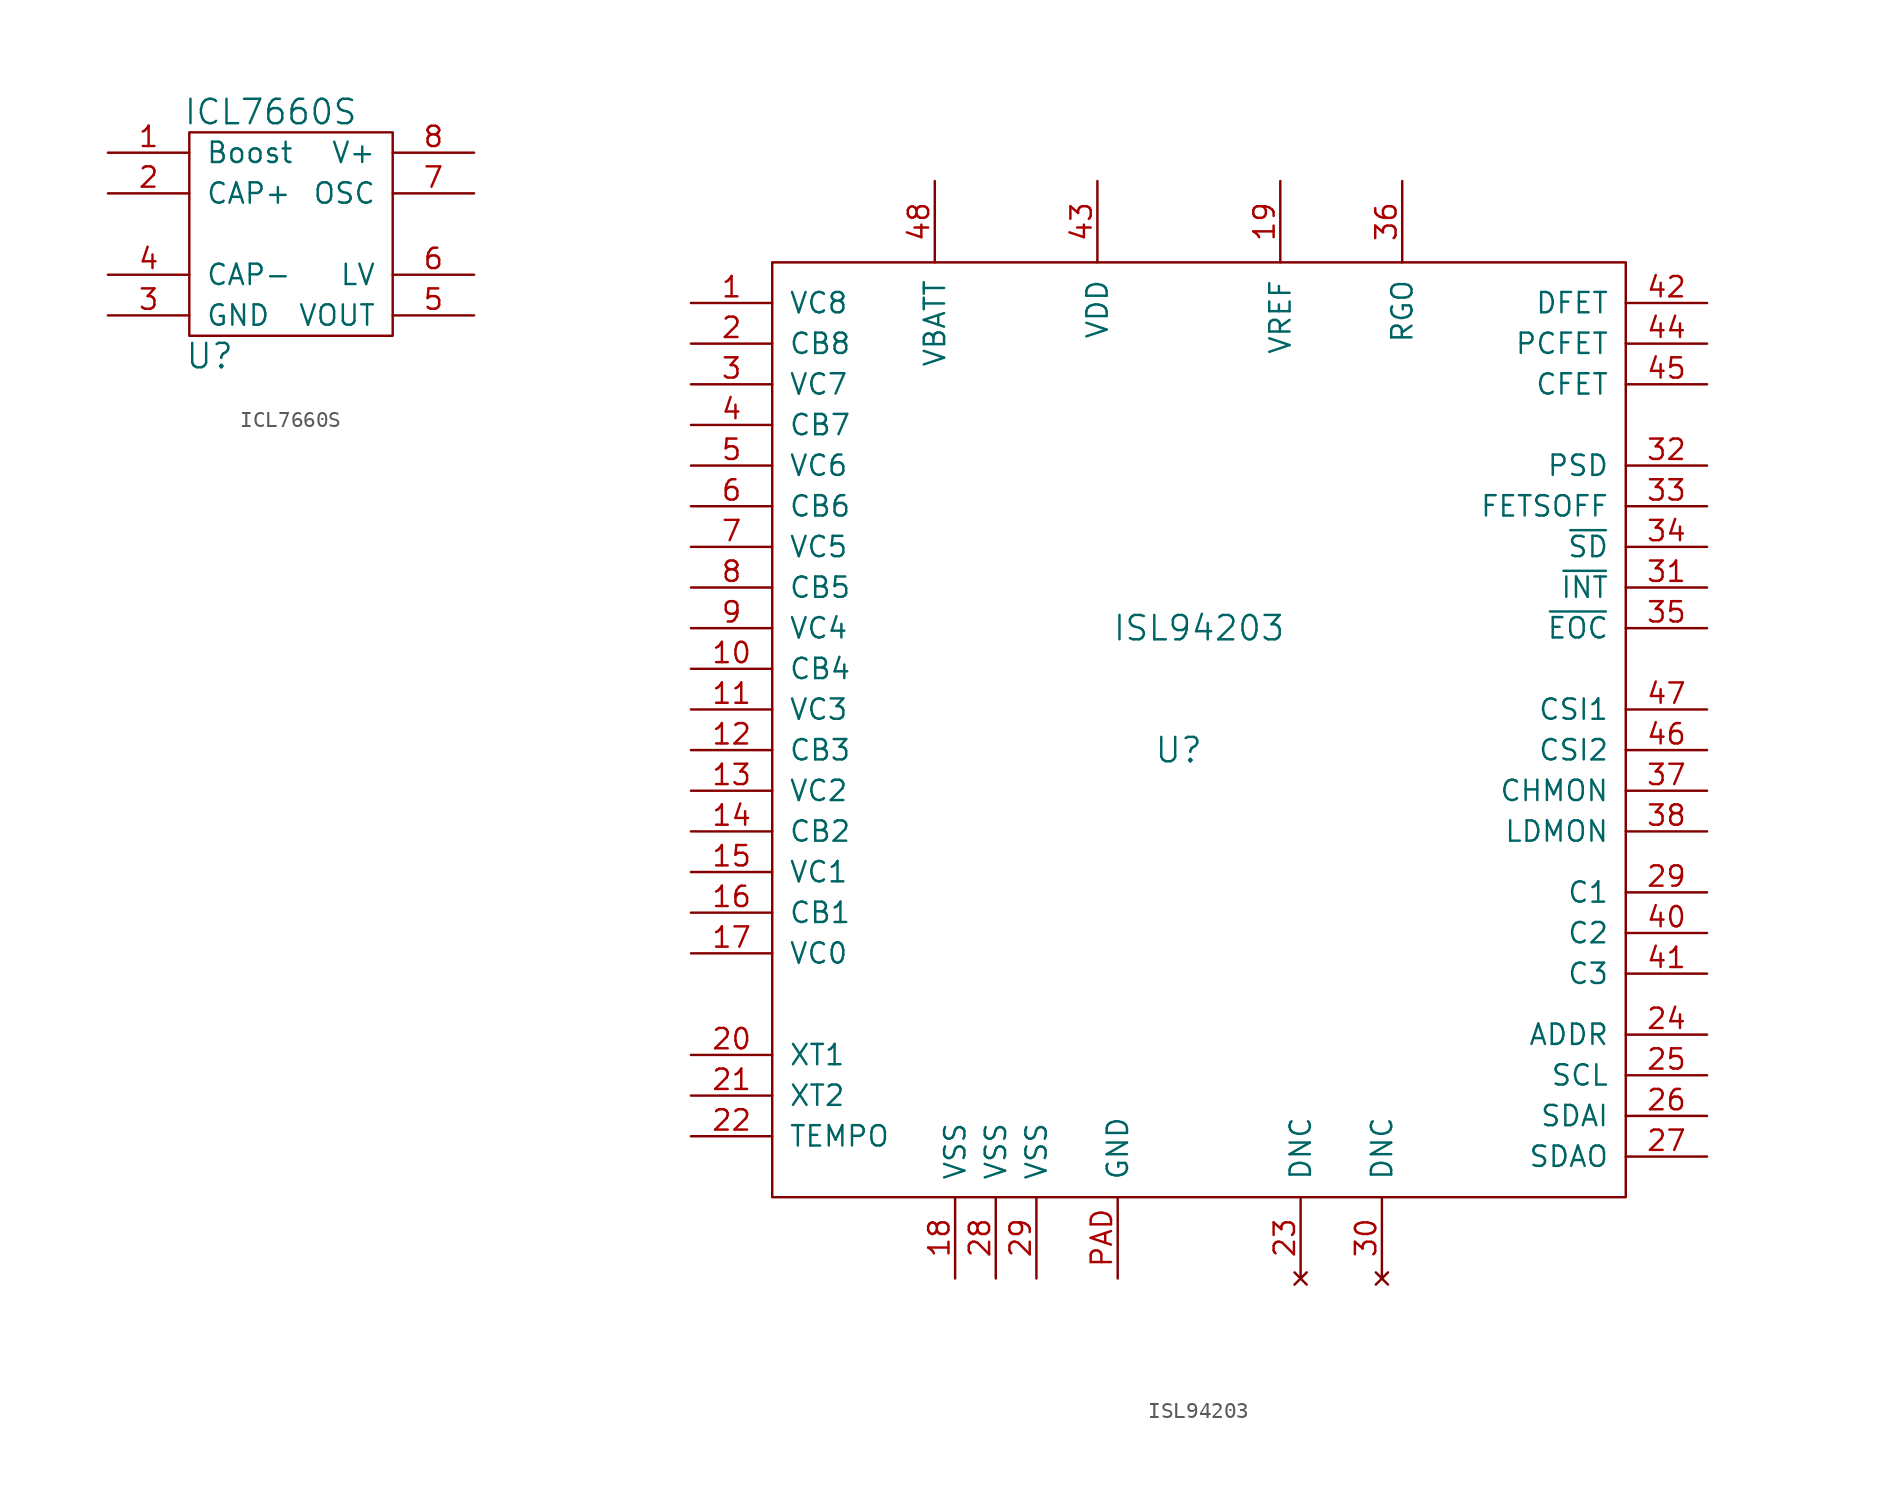
<source format=kicad_sym>
(kicad_symbol_lib
  (version 20241209)
  (generator "kicad_symbol_editor")
  (generator_version "9.0")
  (symbol "ICL7660S"
    (pin_names
      (offset 1.016))
    (property "Reference" "U"
      (at -5.08 -7.62 0)
      (effects (font (size 1.524 1.524))))
    (property "Value" "ICL7660S"
      (at -1.27 7.62 0)
      (effects (font (size 1.524 1.524))))
    (symbol "ICL7660S_0_1"
      (rectangle (start -6.35 6.35) (end 6.35 -6.35) (stroke (width 0) (type solid)) (fill (type none))))
    (symbol "ICL7660S_1_1"
      (pin input line (at -11.43 5.08 0) (length 5.08) (name "Boost" (effects (font (size 1.27 1.27)))) (number "1" (effects (font (size 1.27 1.27)))))
      (pin input line (at -11.43 2.54 0) (length 5.08) (name "CAP+" (effects (font (size 1.27 1.27)))) (number "2" (effects (font (size 1.27 1.27)))))
      (pin input line (at -11.43 -2.54 0) (length 5.08) (name "CAP-" (effects (font (size 1.27 1.27)))) (number "4" (effects (font (size 1.27 1.27)))))
      (pin power_in line (at -11.43 -5.08 0) (length 5.08) (name "GND" (effects (font (size 1.27 1.27)))) (number "3" (effects (font (size 1.27 1.27)))))
      (pin power_in line (at 11.43 5.08 180) (length 5.08) (name "V+" (effects (font (size 1.27 1.27)))) (number "8" (effects (font (size 1.27 1.27)))))
      (pin input line (at 11.43 2.54 180) (length 5.08) (name "OSC" (effects (font (size 1.27 1.27)))) (number "7" (effects (font (size 1.27 1.27)))))
      (pin input line (at 11.43 -2.54 180) (length 5.08) (name "LV" (effects (font (size 1.27 1.27)))) (number "6" (effects (font (size 1.27 1.27)))))
      (pin power_out line (at 11.43 -5.08 180) (length 5.08) (name "VOUT" (effects (font (size 1.27 1.27)))) (number "5" (effects (font (size 1.27 1.27)))))))
  (symbol "ISL94203"
    (pin_names
      (offset 1.016))
    (property "Reference" "U"
      (at -2.54 -2.54 0)
      (effects (font (size 1.524 1.524))))
    (property "Value" "ISL94203"
      (at -1.27 5.08 0)
      (effects (font (size 1.524 1.524))))
    (symbol "ISL94203_0_1"
      (rectangle (start -27.94 27.94) (end 25.4 -30.48) (stroke (width 0) (type solid)) (fill (type none))))
    (symbol "ISL94203_1_1"
      (pin input line (at -33.02 25.4 0) (length 5.08) (name "VC8" (effects (font (size 1.27 1.27)))) (number "1" (effects (font (size 1.27 1.27)))))
      (pin output line (at -33.02 22.86 0) (length 5.08) (name "CB8" (effects (font (size 1.27 1.27)))) (number "2" (effects (font (size 1.27 1.27)))))
      (pin input line (at -33.02 20.32 0) (length 5.08) (name "VC7" (effects (font (size 1.27 1.27)))) (number "3" (effects (font (size 1.27 1.27)))))
      (pin output line (at -33.02 17.78 0) (length 5.08) (name "CB7" (effects (font (size 1.27 1.27)))) (number "4" (effects (font (size 1.27 1.27)))))
      (pin input line (at -33.02 15.24 0) (length 5.08) (name "VC6" (effects (font (size 1.27 1.27)))) (number "5" (effects (font (size 1.27 1.27)))))
      (pin output line (at -33.02 12.7 0) (length 5.08) (name "CB6" (effects (font (size 1.27 1.27)))) (number "6" (effects (font (size 1.27 1.27)))))
      (pin input line (at -33.02 10.16 0) (length 5.08) (name "VC5" (effects (font (size 1.27 1.27)))) (number "7" (effects (font (size 1.27 1.27)))))
      (pin output line (at -33.02 7.62 0) (length 5.08) (name "CB5" (effects (font (size 1.27 1.27)))) (number "8" (effects (font (size 1.27 1.27)))))
      (pin input line (at -33.02 5.08 0) (length 5.08) (name "VC4" (effects (font (size 1.27 1.27)))) (number "9" (effects (font (size 1.27 1.27)))))
      (pin output line (at -33.02 2.54 0) (length 5.08) (name "CB4" (effects (font (size 1.27 1.27)))) (number "10" (effects (font (size 1.27 1.27)))))
      (pin input line (at -33.02 0 0) (length 5.08) (name "VC3" (effects (font (size 1.27 1.27)))) (number "11" (effects (font (size 1.27 1.27)))))
      (pin output line (at -33.02 -2.54 0) (length 5.08) (name "CB3" (effects (font (size 1.27 1.27)))) (number "12" (effects (font (size 1.27 1.27)))))
      (pin input line (at -33.02 -5.08 0) (length 5.08) (name "VC2" (effects (font (size 1.27 1.27)))) (number "13" (effects (font (size 1.27 1.27)))))
      (pin output line (at -33.02 -7.62 0) (length 5.08) (name "CB2" (effects (font (size 1.27 1.27)))) (number "14" (effects (font (size 1.27 1.27)))))
      (pin input line (at -33.02 -10.16 0) (length 5.08) (name "VC1" (effects (font (size 1.27 1.27)))) (number "15" (effects (font (size 1.27 1.27)))))
      (pin output line (at -33.02 -12.7 0) (length 5.08) (name "CB1" (effects (font (size 1.27 1.27)))) (number "16" (effects (font (size 1.27 1.27)))))
      (pin input line (at -33.02 -15.24 0) (length 5.08) (name "VC0" (effects (font (size 1.27 1.27)))) (number "17" (effects (font (size 1.27 1.27)))))
      (pin input line (at -33.02 -21.59 0) (length 5.08) (name "XT1" (effects (font (size 1.27 1.27)))) (number "20" (effects (font (size 1.27 1.27)))))
      (pin input line (at -33.02 -24.13 0) (length 5.08) (name "XT2" (effects (font (size 1.27 1.27)))) (number "21" (effects (font (size 1.27 1.27)))))
      (pin output line (at -33.02 -26.67 0) (length 5.08) (name "TEMPO" (effects (font (size 1.27 1.27)))) (number "22" (effects (font (size 1.27 1.27)))))
      (pin input line (at -17.78 33.02 270) (length 5.08) (name "VBATT" (effects (font (size 1.27 1.27)))) (number "48" (effects (font (size 1.27 1.27)))))
      (pin power_in line (at -16.51 -35.56 90) (length 5.08) (name "VSS" (effects (font (size 1.27 1.27)))) (number "18" (effects (font (size 1.27 1.27)))))
      (pin power_in line (at -13.97 -35.56 90) (length 5.08) (name "VSS" (effects (font (size 1.27 1.27)))) (number "28" (effects (font (size 1.27 1.27)))))
      (pin power_in line (at -11.43 -35.56 90) (length 5.08) (name "VSS" (effects (font (size 1.27 1.27)))) (number "29" (effects (font (size 1.27 1.27)))))
      (pin power_in line (at -7.62 33.02 270) (length 5.08) (name "VDD" (effects (font (size 1.27 1.27)))) (number "43" (effects (font (size 1.27 1.27)))))
      (pin input line (at -6.35 -35.56 90) (length 5.08) (name "GND" (effects (font (size 1.27 1.27)))) (number "PAD" (effects (font (size 1.27 1.27)))))
      (pin power_out line (at 3.81 33.02 270) (length 5.08) (name "VREF" (effects (font (size 1.27 1.27)))) (number "19" (effects (font (size 1.27 1.27)))))
      (pin no_connect line (at 5.08 -35.56 90) (length 5.08) (name "DNC" (effects (font (size 1.27 1.27)))) (number "23" (effects (font (size 1.27 1.27)))))
      (pin no_connect line (at 10.16 -35.56 90) (length 5.08) (name "DNC" (effects (font (size 1.27 1.27)))) (number "30" (effects (font (size 1.27 1.27)))))
      (pin power_out line (at 11.43 33.02 270) (length 5.08) (name "RGO" (effects (font (size 1.27 1.27)))) (number "36" (effects (font (size 1.27 1.27)))))
      (pin output line (at 30.48 25.4 180) (length 5.08) (name "DFET" (effects (font (size 1.27 1.27)))) (number "42" (effects (font (size 1.27 1.27)))))
      (pin output line (at 30.48 22.86 180) (length 5.08) (name "PCFET" (effects (font (size 1.27 1.27)))) (number "44" (effects (font (size 1.27 1.27)))))
      (pin output line (at 30.48 20.32 180) (length 5.08) (name "CFET" (effects (font (size 1.27 1.27)))) (number "45" (effects (font (size 1.27 1.27)))))
      (pin output line (at 30.48 15.24 180) (length 5.08) (name "PSD" (effects (font (size 1.27 1.27)))) (number "32" (effects (font (size 1.27 1.27)))))
      (pin output line (at 30.48 12.7 180) (length 5.08) (name "FETSOFF" (effects (font (size 1.27 1.27)))) (number "33" (effects (font (size 1.27 1.27)))))
      (pin output line (at 30.48 10.16 180) (length 5.08) (name "~{SD}" (effects (font (size 1.27 1.27)))) (number "34" (effects (font (size 1.27 1.27)))))
      (pin output line (at 30.48 7.62 180) (length 5.08) (name "~{INT}" (effects (font (size 1.27 1.27)))) (number "31" (effects (font (size 1.27 1.27)))))
      (pin output line (at 30.48 5.08 180) (length 5.08) (name "~{EOC}" (effects (font (size 1.27 1.27)))) (number "35" (effects (font (size 1.27 1.27)))))
      (pin input line (at 30.48 0 180) (length 5.08) (name "CSI1" (effects (font (size 1.27 1.27)))) (number "47" (effects (font (size 1.27 1.27)))))
      (pin input line (at 30.48 -2.54 180) (length 5.08) (name "CSI2" (effects (font (size 1.27 1.27)))) (number "46" (effects (font (size 1.27 1.27)))))
      (pin input line (at 30.48 -5.08 180) (length 5.08) (name "CHMON" (effects (font (size 1.27 1.27)))) (number "37" (effects (font (size 1.27 1.27)))))
      (pin input line (at 30.48 -7.62 180) (length 5.08) (name "LDMON" (effects (font (size 1.27 1.27)))) (number "38" (effects (font (size 1.27 1.27)))))
      (pin bidirectional line (at 30.48 -11.43 180) (length 5.08) (name "C1" (effects (font (size 1.27 1.27)))) (number "29" (effects (font (size 1.27 1.27)))))
      (pin bidirectional line (at 30.48 -13.97 180) (length 5.08) (name "C2" (effects (font (size 1.27 1.27)))) (number "40" (effects (font (size 1.27 1.27)))))
      (pin bidirectional line (at 30.48 -16.51 180) (length 5.08) (name "C3" (effects (font (size 1.27 1.27)))) (number "41" (effects (font (size 1.27 1.27)))))
      (pin input line (at 30.48 -20.32 180) (length 5.08) (name "ADDR" (effects (font (size 1.27 1.27)))) (number "24" (effects (font (size 1.27 1.27)))))
      (pin input line (at 30.48 -22.86 180) (length 5.08) (name "SCL" (effects (font (size 1.27 1.27)))) (number "25" (effects (font (size 1.27 1.27)))))
      (pin input line (at 30.48 -25.4 180) (length 5.08) (name "SDAI" (effects (font (size 1.27 1.27)))) (number "26" (effects (font (size 1.27 1.27)))))
      (pin input line (at 30.48 -27.94 180) (length 5.08) (name "SDAO" (effects (font (size 1.27 1.27)))) (number "27" (effects (font (size 1.27 1.27))))))))
</source>
